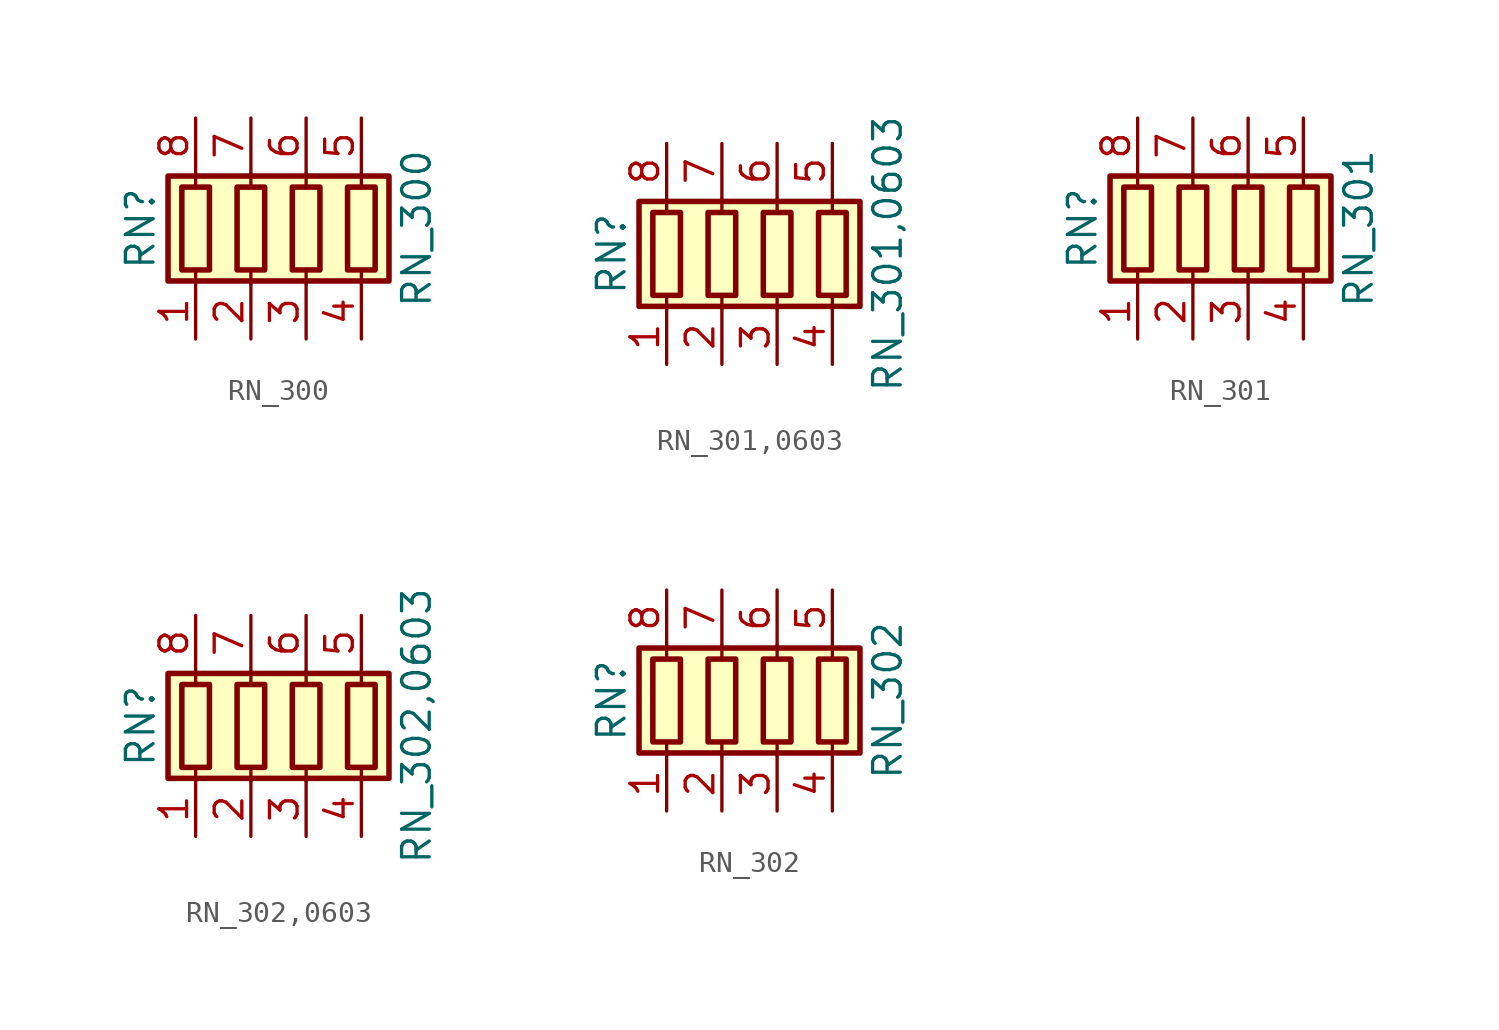
<source format=kicad_sym>
(kicad_symbol_lib
  (version 20211014)
  (generator kicad_symbol_editor)
  (symbol "RN_300"
    (pin_names
      (offset 0) hide)
    (property "Reference" "RN"
      (at -7.62 0 90)
      (effects (font (size 1.27 1.27))))
    (property "Value" "RN_300"
      (at 5.08 0 90)
      (effects (font (size 1.27 1.27))))
    (symbol "RN_300_0_1"
      (rectangle (start -6.35 -2.413) (end 3.81 2.413) (stroke (width 0.254) (type default) (color 0 0 0 0)) (fill (type background)))
      (rectangle (start -5.715 1.905) (end -4.445 -1.905) (stroke (width 0.254) (type default) (color 0 0 0 0)) (fill (type none)))
      (rectangle (start -3.175 1.905) (end -1.905 -1.905) (stroke (width 0.254) (type default) (color 0 0 0 0)) (fill (type none)))
      (rectangle (start -0.635 1.905) (end 0.635 -1.905) (stroke (width 0.254) (type default) (color 0 0 0 0)) (fill (type none)))
      (polyline (pts (xy -5.08 -2.54) (xy -5.08 -1.905)) (stroke (width 0) (type default) (color 0 0 0 0)) (fill (type none)))
      (polyline (pts (xy -5.08 1.905) (xy -5.08 2.54)) (stroke (width 0) (type default) (color 0 0 0 0)) (fill (type none)))
      (polyline (pts (xy -2.54 -2.54) (xy -2.54 -1.905)) (stroke (width 0) (type default) (color 0 0 0 0)) (fill (type none)))
      (polyline (pts (xy -2.54 1.905) (xy -2.54 2.54)) (stroke (width 0) (type default) (color 0 0 0 0)) (fill (type none)))
      (polyline (pts (xy 0 -2.54) (xy 0 -1.905)) (stroke (width 0) (type default) (color 0 0 0 0)) (fill (type none)))
      (polyline (pts (xy 0 1.905) (xy 0 2.54)) (stroke (width 0) (type default) (color 0 0 0 0)) (fill (type none)))
      (polyline (pts (xy 2.54 -2.54) (xy 2.54 -1.905)) (stroke (width 0) (type default) (color 0 0 0 0)) (fill (type none)))
      (polyline (pts (xy 2.54 1.905) (xy 2.54 2.54)) (stroke (width 0) (type default) (color 0 0 0 0)) (fill (type none)))
      (rectangle (start 1.905 1.905) (end 3.175 -1.905) (stroke (width 0.254) (type default) (color 0 0 0 0)) (fill (type none))))
    (symbol "RN_300_1_1"
      (pin passive line (at -5.08 -5.08 90) (length 2.54) (name "R1.1" (effects (font (size 1.27 1.27)))) (number "1" (effects (font (size 1.27 1.27)))))
      (pin passive line (at -2.54 -5.08 90) (length 2.54) (name "R2.1" (effects (font (size 1.27 1.27)))) (number "2" (effects (font (size 1.27 1.27)))))
      (pin passive line (at 0 -5.08 90) (length 2.54) (name "R3.1" (effects (font (size 1.27 1.27)))) (number "3" (effects (font (size 1.27 1.27)))))
      (pin passive line (at 2.54 -5.08 90) (length 2.54) (name "R4.1" (effects (font (size 1.27 1.27)))) (number "4" (effects (font (size 1.27 1.27)))))
      (pin passive line (at 2.54 5.08 270) (length 2.54) (name "R4.2" (effects (font (size 1.27 1.27)))) (number "5" (effects (font (size 1.27 1.27)))))
      (pin passive line (at 0 5.08 270) (length 2.54) (name "R3.2" (effects (font (size 1.27 1.27)))) (number "6" (effects (font (size 1.27 1.27)))))
      (pin passive line (at -2.54 5.08 270) (length 2.54) (name "R2.2" (effects (font (size 1.27 1.27)))) (number "7" (effects (font (size 1.27 1.27)))))
      (pin passive line (at -5.08 5.08 270) (length 2.54) (name "R1.2" (effects (font (size 1.27 1.27)))) (number "8" (effects (font (size 1.27 1.27)))))))
  (symbol "RN_301,0603"
    (pin_names
      (offset 0) hide)
    (property "Reference" "RN"
      (at -7.62 0 90)
      (effects (font (size 1.27 1.27))))
    (property "Value" "RN_301,0603"
      (at 5.08 0 90)
      (effects (font (size 1.27 1.27))))
    (symbol "RN_301,0603_0_1"
      (rectangle (start -6.35 -2.413) (end 3.81 2.413) (stroke (width 0.254) (type default) (color 0 0 0 0)) (fill (type background)))
      (rectangle (start -5.715 1.905) (end -4.445 -1.905) (stroke (width 0.254) (type default) (color 0 0 0 0)) (fill (type none)))
      (rectangle (start -3.175 1.905) (end -1.905 -1.905) (stroke (width 0.254) (type default) (color 0 0 0 0)) (fill (type none)))
      (rectangle (start -0.635 1.905) (end 0.635 -1.905) (stroke (width 0.254) (type default) (color 0 0 0 0)) (fill (type none)))
      (polyline (pts (xy -5.08 -2.54) (xy -5.08 -1.905)) (stroke (width 0) (type default) (color 0 0 0 0)) (fill (type none)))
      (polyline (pts (xy -5.08 1.905) (xy -5.08 2.54)) (stroke (width 0) (type default) (color 0 0 0 0)) (fill (type none)))
      (polyline (pts (xy -2.54 -2.54) (xy -2.54 -1.905)) (stroke (width 0) (type default) (color 0 0 0 0)) (fill (type none)))
      (polyline (pts (xy -2.54 1.905) (xy -2.54 2.54)) (stroke (width 0) (type default) (color 0 0 0 0)) (fill (type none)))
      (polyline (pts (xy 0 -2.54) (xy 0 -1.905)) (stroke (width 0) (type default) (color 0 0 0 0)) (fill (type none)))
      (polyline (pts (xy 0 1.905) (xy 0 2.54)) (stroke (width 0) (type default) (color 0 0 0 0)) (fill (type none)))
      (polyline (pts (xy 2.54 -2.54) (xy 2.54 -1.905)) (stroke (width 0) (type default) (color 0 0 0 0)) (fill (type none)))
      (polyline (pts (xy 2.54 1.905) (xy 2.54 2.54)) (stroke (width 0) (type default) (color 0 0 0 0)) (fill (type none)))
      (rectangle (start 1.905 1.905) (end 3.175 -1.905) (stroke (width 0.254) (type default) (color 0 0 0 0)) (fill (type none))))
    (symbol "RN_301,0603_1_1"
      (pin passive line (at -5.08 -5.08 90) (length 2.54) (name "R1.1" (effects (font (size 1.27 1.27)))) (number "1" (effects (font (size 1.27 1.27)))))
      (pin passive line (at -2.54 -5.08 90) (length 2.54) (name "R2.1" (effects (font (size 1.27 1.27)))) (number "2" (effects (font (size 1.27 1.27)))))
      (pin passive line (at 0 -5.08 90) (length 2.54) (name "R3.1" (effects (font (size 1.27 1.27)))) (number "3" (effects (font (size 1.27 1.27)))))
      (pin passive line (at 2.54 -5.08 90) (length 2.54) (name "R4.1" (effects (font (size 1.27 1.27)))) (number "4" (effects (font (size 1.27 1.27)))))
      (pin passive line (at 2.54 5.08 270) (length 2.54) (name "R4.2" (effects (font (size 1.27 1.27)))) (number "5" (effects (font (size 1.27 1.27)))))
      (pin passive line (at 0 5.08 270) (length 2.54) (name "R3.2" (effects (font (size 1.27 1.27)))) (number "6" (effects (font (size 1.27 1.27)))))
      (pin passive line (at -2.54 5.08 270) (length 2.54) (name "R2.2" (effects (font (size 1.27 1.27)))) (number "7" (effects (font (size 1.27 1.27)))))
      (pin passive line (at -5.08 5.08 270) (length 2.54) (name "R1.2" (effects (font (size 1.27 1.27)))) (number "8" (effects (font (size 1.27 1.27)))))))
  (symbol "RN_301"
    (pin_names
      (offset 0) hide)
    (property "Reference" "RN"
      (at -7.62 0 90)
      (effects (font (size 1.27 1.27))))
    (property "Value" "RN_301"
      (at 5.08 0 90)
      (effects (font (size 1.27 1.27))))
    (symbol "RN_301_0_1"
      (rectangle (start -6.35 -2.413) (end 3.81 2.413) (stroke (width 0.254) (type default) (color 0 0 0 0)) (fill (type background)))
      (rectangle (start -5.715 1.905) (end -4.445 -1.905) (stroke (width 0.254) (type default) (color 0 0 0 0)) (fill (type none)))
      (rectangle (start -3.175 1.905) (end -1.905 -1.905) (stroke (width 0.254) (type default) (color 0 0 0 0)) (fill (type none)))
      (rectangle (start -0.635 1.905) (end 0.635 -1.905) (stroke (width 0.254) (type default) (color 0 0 0 0)) (fill (type none)))
      (polyline (pts (xy -5.08 -2.54) (xy -5.08 -1.905)) (stroke (width 0) (type default) (color 0 0 0 0)) (fill (type none)))
      (polyline (pts (xy -5.08 1.905) (xy -5.08 2.54)) (stroke (width 0) (type default) (color 0 0 0 0)) (fill (type none)))
      (polyline (pts (xy -2.54 -2.54) (xy -2.54 -1.905)) (stroke (width 0) (type default) (color 0 0 0 0)) (fill (type none)))
      (polyline (pts (xy -2.54 1.905) (xy -2.54 2.54)) (stroke (width 0) (type default) (color 0 0 0 0)) (fill (type none)))
      (polyline (pts (xy 0 -2.54) (xy 0 -1.905)) (stroke (width 0) (type default) (color 0 0 0 0)) (fill (type none)))
      (polyline (pts (xy 0 1.905) (xy 0 2.54)) (stroke (width 0) (type default) (color 0 0 0 0)) (fill (type none)))
      (polyline (pts (xy 2.54 -2.54) (xy 2.54 -1.905)) (stroke (width 0) (type default) (color 0 0 0 0)) (fill (type none)))
      (polyline (pts (xy 2.54 1.905) (xy 2.54 2.54)) (stroke (width 0) (type default) (color 0 0 0 0)) (fill (type none)))
      (rectangle (start 1.905 1.905) (end 3.175 -1.905) (stroke (width 0.254) (type default) (color 0 0 0 0)) (fill (type none))))
    (symbol "RN_301_1_1"
      (pin passive line (at -5.08 -5.08 90) (length 2.54) (name "R1.1" (effects (font (size 1.27 1.27)))) (number "1" (effects (font (size 1.27 1.27)))))
      (pin passive line (at -2.54 -5.08 90) (length 2.54) (name "R2.1" (effects (font (size 1.27 1.27)))) (number "2" (effects (font (size 1.27 1.27)))))
      (pin passive line (at 0 -5.08 90) (length 2.54) (name "R3.1" (effects (font (size 1.27 1.27)))) (number "3" (effects (font (size 1.27 1.27)))))
      (pin passive line (at 2.54 -5.08 90) (length 2.54) (name "R4.1" (effects (font (size 1.27 1.27)))) (number "4" (effects (font (size 1.27 1.27)))))
      (pin passive line (at 2.54 5.08 270) (length 2.54) (name "R4.2" (effects (font (size 1.27 1.27)))) (number "5" (effects (font (size 1.27 1.27)))))
      (pin passive line (at 0 5.08 270) (length 2.54) (name "R3.2" (effects (font (size 1.27 1.27)))) (number "6" (effects (font (size 1.27 1.27)))))
      (pin passive line (at -2.54 5.08 270) (length 2.54) (name "R2.2" (effects (font (size 1.27 1.27)))) (number "7" (effects (font (size 1.27 1.27)))))
      (pin passive line (at -5.08 5.08 270) (length 2.54) (name "R1.2" (effects (font (size 1.27 1.27)))) (number "8" (effects (font (size 1.27 1.27)))))))
  (symbol "RN_302,0603"
    (pin_names
      (offset 0) hide)
    (property "Reference" "RN"
      (at -7.62 0 90)
      (effects (font (size 1.27 1.27))))
    (property "Value" "RN_302,0603"
      (at 5.08 0 90)
      (effects (font (size 1.27 1.27))))
    (symbol "RN_302,0603_0_1"
      (rectangle (start -6.35 -2.413) (end 3.81 2.413) (stroke (width 0.254) (type default) (color 0 0 0 0)) (fill (type background)))
      (rectangle (start -5.715 1.905) (end -4.445 -1.905) (stroke (width 0.254) (type default) (color 0 0 0 0)) (fill (type none)))
      (rectangle (start -3.175 1.905) (end -1.905 -1.905) (stroke (width 0.254) (type default) (color 0 0 0 0)) (fill (type none)))
      (rectangle (start -0.635 1.905) (end 0.635 -1.905) (stroke (width 0.254) (type default) (color 0 0 0 0)) (fill (type none)))
      (polyline (pts (xy -5.08 -2.54) (xy -5.08 -1.905)) (stroke (width 0) (type default) (color 0 0 0 0)) (fill (type none)))
      (polyline (pts (xy -5.08 1.905) (xy -5.08 2.54)) (stroke (width 0) (type default) (color 0 0 0 0)) (fill (type none)))
      (polyline (pts (xy -2.54 -2.54) (xy -2.54 -1.905)) (stroke (width 0) (type default) (color 0 0 0 0)) (fill (type none)))
      (polyline (pts (xy -2.54 1.905) (xy -2.54 2.54)) (stroke (width 0) (type default) (color 0 0 0 0)) (fill (type none)))
      (polyline (pts (xy 0 -2.54) (xy 0 -1.905)) (stroke (width 0) (type default) (color 0 0 0 0)) (fill (type none)))
      (polyline (pts (xy 0 1.905) (xy 0 2.54)) (stroke (width 0) (type default) (color 0 0 0 0)) (fill (type none)))
      (polyline (pts (xy 2.54 -2.54) (xy 2.54 -1.905)) (stroke (width 0) (type default) (color 0 0 0 0)) (fill (type none)))
      (polyline (pts (xy 2.54 1.905) (xy 2.54 2.54)) (stroke (width 0) (type default) (color 0 0 0 0)) (fill (type none)))
      (rectangle (start 1.905 1.905) (end 3.175 -1.905) (stroke (width 0.254) (type default) (color 0 0 0 0)) (fill (type none))))
    (symbol "RN_302,0603_1_1"
      (pin passive line (at -5.08 -5.08 90) (length 2.54) (name "R1.1" (effects (font (size 1.27 1.27)))) (number "1" (effects (font (size 1.27 1.27)))))
      (pin passive line (at -2.54 -5.08 90) (length 2.54) (name "R2.1" (effects (font (size 1.27 1.27)))) (number "2" (effects (font (size 1.27 1.27)))))
      (pin passive line (at 0 -5.08 90) (length 2.54) (name "R3.1" (effects (font (size 1.27 1.27)))) (number "3" (effects (font (size 1.27 1.27)))))
      (pin passive line (at 2.54 -5.08 90) (length 2.54) (name "R4.1" (effects (font (size 1.27 1.27)))) (number "4" (effects (font (size 1.27 1.27)))))
      (pin passive line (at 2.54 5.08 270) (length 2.54) (name "R4.2" (effects (font (size 1.27 1.27)))) (number "5" (effects (font (size 1.27 1.27)))))
      (pin passive line (at 0 5.08 270) (length 2.54) (name "R3.2" (effects (font (size 1.27 1.27)))) (number "6" (effects (font (size 1.27 1.27)))))
      (pin passive line (at -2.54 5.08 270) (length 2.54) (name "R2.2" (effects (font (size 1.27 1.27)))) (number "7" (effects (font (size 1.27 1.27)))))
      (pin passive line (at -5.08 5.08 270) (length 2.54) (name "R1.2" (effects (font (size 1.27 1.27)))) (number "8" (effects (font (size 1.27 1.27)))))))
  (symbol "RN_302"
    (pin_names
      (offset 0) hide)
    (property "Reference" "RN"
      (at -7.62 0 90)
      (effects (font (size 1.27 1.27))))
    (property "Value" "RN_302"
      (at 5.08 0 90)
      (effects (font (size 1.27 1.27))))
    (symbol "RN_302_0_1"
      (rectangle (start -6.35 -2.413) (end 3.81 2.413) (stroke (width 0.254) (type default) (color 0 0 0 0)) (fill (type background)))
      (rectangle (start -5.715 1.905) (end -4.445 -1.905) (stroke (width 0.254) (type default) (color 0 0 0 0)) (fill (type none)))
      (rectangle (start -3.175 1.905) (end -1.905 -1.905) (stroke (width 0.254) (type default) (color 0 0 0 0)) (fill (type none)))
      (rectangle (start -0.635 1.905) (end 0.635 -1.905) (stroke (width 0.254) (type default) (color 0 0 0 0)) (fill (type none)))
      (polyline (pts (xy -5.08 -2.54) (xy -5.08 -1.905)) (stroke (width 0) (type default) (color 0 0 0 0)) (fill (type none)))
      (polyline (pts (xy -5.08 1.905) (xy -5.08 2.54)) (stroke (width 0) (type default) (color 0 0 0 0)) (fill (type none)))
      (polyline (pts (xy -2.54 -2.54) (xy -2.54 -1.905)) (stroke (width 0) (type default) (color 0 0 0 0)) (fill (type none)))
      (polyline (pts (xy -2.54 1.905) (xy -2.54 2.54)) (stroke (width 0) (type default) (color 0 0 0 0)) (fill (type none)))
      (polyline (pts (xy 0 -2.54) (xy 0 -1.905)) (stroke (width 0) (type default) (color 0 0 0 0)) (fill (type none)))
      (polyline (pts (xy 0 1.905) (xy 0 2.54)) (stroke (width 0) (type default) (color 0 0 0 0)) (fill (type none)))
      (polyline (pts (xy 2.54 -2.54) (xy 2.54 -1.905)) (stroke (width 0) (type default) (color 0 0 0 0)) (fill (type none)))
      (polyline (pts (xy 2.54 1.905) (xy 2.54 2.54)) (stroke (width 0) (type default) (color 0 0 0 0)) (fill (type none)))
      (rectangle (start 1.905 1.905) (end 3.175 -1.905) (stroke (width 0.254) (type default) (color 0 0 0 0)) (fill (type none))))
    (symbol "RN_302_1_1"
      (pin passive line (at -5.08 -5.08 90) (length 2.54) (name "R1.1" (effects (font (size 1.27 1.27)))) (number "1" (effects (font (size 1.27 1.27)))))
      (pin passive line (at -2.54 -5.08 90) (length 2.54) (name "R2.1" (effects (font (size 1.27 1.27)))) (number "2" (effects (font (size 1.27 1.27)))))
      (pin passive line (at 0 -5.08 90) (length 2.54) (name "R3.1" (effects (font (size 1.27 1.27)))) (number "3" (effects (font (size 1.27 1.27)))))
      (pin passive line (at 2.54 -5.08 90) (length 2.54) (name "R4.1" (effects (font (size 1.27 1.27)))) (number "4" (effects (font (size 1.27 1.27)))))
      (pin passive line (at 2.54 5.08 270) (length 2.54) (name "R4.2" (effects (font (size 1.27 1.27)))) (number "5" (effects (font (size 1.27 1.27)))))
      (pin passive line (at 0 5.08 270) (length 2.54) (name "R3.2" (effects (font (size 1.27 1.27)))) (number "6" (effects (font (size 1.27 1.27)))))
      (pin passive line (at -2.54 5.08 270) (length 2.54) (name "R2.2" (effects (font (size 1.27 1.27)))) (number "7" (effects (font (size 1.27 1.27)))))
      (pin passive line (at -5.08 5.08 270) (length 2.54) (name "R1.2" (effects (font (size 1.27 1.27)))) (number "8" (effects (font (size 1.27 1.27))))))))
</source>
